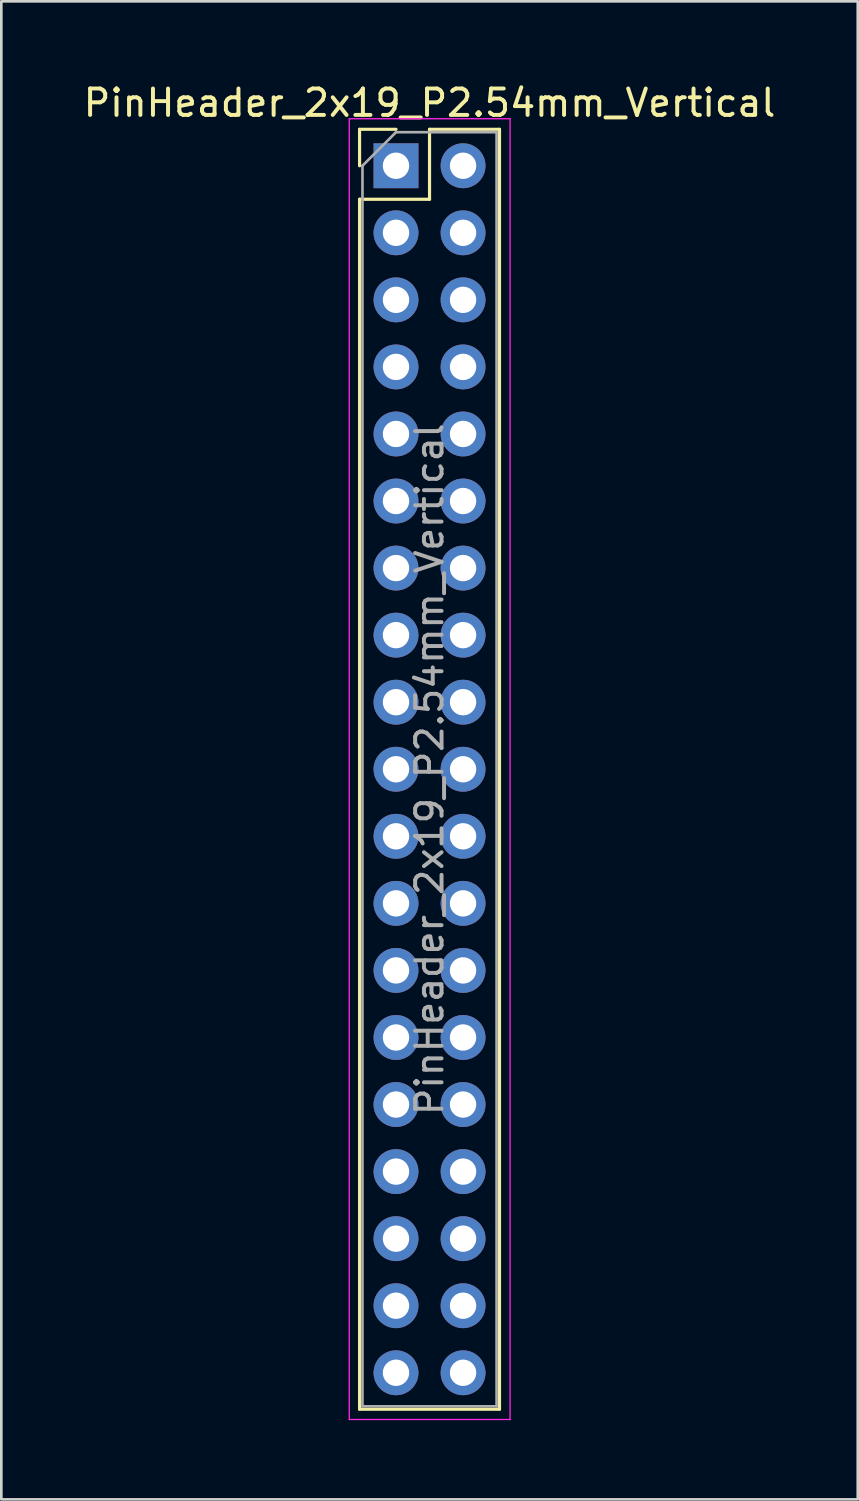
<source format=kicad_pcb>
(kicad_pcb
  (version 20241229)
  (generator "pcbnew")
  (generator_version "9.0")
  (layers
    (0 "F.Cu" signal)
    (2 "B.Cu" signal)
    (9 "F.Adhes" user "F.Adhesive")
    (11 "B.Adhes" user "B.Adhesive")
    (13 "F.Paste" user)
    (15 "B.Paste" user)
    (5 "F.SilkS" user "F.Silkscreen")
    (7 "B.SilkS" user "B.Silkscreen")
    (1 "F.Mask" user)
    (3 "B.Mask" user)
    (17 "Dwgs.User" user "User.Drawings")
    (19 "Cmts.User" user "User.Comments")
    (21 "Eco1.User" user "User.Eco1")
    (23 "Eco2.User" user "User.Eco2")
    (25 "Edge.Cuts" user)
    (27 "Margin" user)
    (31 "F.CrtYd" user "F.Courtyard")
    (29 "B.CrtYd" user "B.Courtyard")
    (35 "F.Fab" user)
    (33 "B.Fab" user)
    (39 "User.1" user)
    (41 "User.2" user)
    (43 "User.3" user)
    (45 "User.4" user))
  (footprint "PinHeader_2x19_P2.54mm_Vertical"
    (layer "F.Cu")
    (at 11.95 3.228)
    (property "Reference" "PinHeader_2x19_P2.54mm_Vertical" (at 1.27 -2.38 0) (layer "F.SilkS") (effects (font (size 1 1) (thickness 0.15))))
    (attr through_hole)
    (fp_line (start -1.38 -1.38) (end 0 -1.38) (stroke (width 0.12) (type solid)) (layer "F.SilkS"))
    (fp_line (start -1.38 0) (end -1.38 -1.38) (stroke (width 0.12) (type solid)) (layer "F.SilkS"))
    (fp_line (start -1.38 1.27) (end -1.38 47.1) (stroke (width 0.12) (type solid)) (layer "F.SilkS"))
    (fp_line (start -1.38 1.27) (end 1.27 1.27) (stroke (width 0.12) (type solid)) (layer "F.SilkS"))
    (fp_line (start -1.38 47.1) (end 3.92 47.1) (stroke (width 0.12) (type solid)) (layer "F.SilkS"))
    (fp_line (start 1.27 -1.38) (end 3.92 -1.38) (stroke (width 0.12) (type solid)) (layer "F.SilkS"))
    (fp_line (start 1.27 1.27) (end 1.27 -1.38) (stroke (width 0.12) (type solid)) (layer "F.SilkS"))
    (fp_line (start 3.92 -1.38) (end 3.92 47.1) (stroke (width 0.12) (type solid)) (layer "F.SilkS"))
    (fp_line (start -1.77 -1.78) (end -1.77 47.49) (stroke (width 0.05) (type solid)) (layer "F.CrtYd"))
    (fp_line (start -1.77 47.49) (end 4.32 47.49) (stroke (width 0.05) (type solid)) (layer "F.CrtYd"))
    (fp_line (start 4.32 -1.78) (end -1.77 -1.78) (stroke (width 0.05) (type solid)) (layer "F.CrtYd"))
    (fp_line (start 4.32 47.49) (end 4.32 -1.78) (stroke (width 0.05) (type solid)) (layer "F.CrtYd"))
    (fp_line (start -1.27 0) (end 0 -1.27) (stroke (width 0.1) (type solid)) (layer "F.Fab"))
    (fp_line (start -1.27 46.99) (end -1.27 0) (stroke (width 0.1) (type solid)) (layer "F.Fab"))
    (fp_line (start 0 -1.27) (end 3.81 -1.27) (stroke (width 0.1) (type solid)) (layer "F.Fab"))
    (fp_line (start 3.81 -1.27) (end 3.81 46.99) (stroke (width 0.1) (type solid)) (layer "F.Fab"))
    (fp_line (start 3.81 46.99) (end -1.27 46.99) (stroke (width 0.1) (type solid)) (layer "F.Fab"))
    (fp_text user "${REFERENCE}" (at 1.27 22.86 90) (layer "F.Fab") (effects (font (size 1 1) (thickness 0.15))))
    (pad "1" thru_hole rect (at 0 0) (size 1.7 1.7) (drill 1) (layers "*.Cu" "*.Mask"))
    (pad "2" thru_hole circle (at 2.54 0) (size 1.7 1.7) (drill 1) (layers "*.Cu" "*.Mask"))
    (pad "3" thru_hole circle (at 0 2.54) (size 1.7 1.7) (drill 1) (layers "*.Cu" "*.Mask"))
    (pad "4" thru_hole circle (at 2.54 2.54) (size 1.7 1.7) (drill 1) (layers "*.Cu" "*.Mask"))
    (pad "5" thru_hole circle (at 0 5.08) (size 1.7 1.7) (drill 1) (layers "*.Cu" "*.Mask"))
    (pad "6" thru_hole circle (at 2.54 5.08) (size 1.7 1.7) (drill 1) (layers "*.Cu" "*.Mask"))
    (pad "7" thru_hole circle (at 0 7.62) (size 1.7 1.7) (drill 1) (layers "*.Cu" "*.Mask"))
    (pad "8" thru_hole circle (at 2.54 7.62) (size 1.7 1.7) (drill 1) (layers "*.Cu" "*.Mask"))
    (pad "9" thru_hole circle (at 0 10.16) (size 1.7 1.7) (drill 1) (layers "*.Cu" "*.Mask"))
    (pad "10" thru_hole circle (at 2.54 10.16) (size 1.7 1.7) (drill 1) (layers "*.Cu" "*.Mask"))
    (pad "11" thru_hole circle (at 0 12.7) (size 1.7 1.7) (drill 1) (layers "*.Cu" "*.Mask"))
    (pad "12" thru_hole circle (at 2.54 12.7) (size 1.7 1.7) (drill 1) (layers "*.Cu" "*.Mask"))
    (pad "13" thru_hole circle (at 0 15.24) (size 1.7 1.7) (drill 1) (layers "*.Cu" "*.Mask"))
    (pad "14" thru_hole circle (at 2.54 15.24) (size 1.7 1.7) (drill 1) (layers "*.Cu" "*.Mask"))
    (pad "15" thru_hole circle (at 0 17.78) (size 1.7 1.7) (drill 1) (layers "*.Cu" "*.Mask"))
    (pad "16" thru_hole circle (at 2.54 17.78) (size 1.7 1.7) (drill 1) (layers "*.Cu" "*.Mask"))
    (pad "17" thru_hole circle (at 0 20.32) (size 1.7 1.7) (drill 1) (layers "*.Cu" "*.Mask"))
    (pad "18" thru_hole circle (at 2.54 20.32) (size 1.7 1.7) (drill 1) (layers "*.Cu" "*.Mask"))
    (pad "19" thru_hole circle (at 0 22.86) (size 1.7 1.7) (drill 1) (layers "*.Cu" "*.Mask"))
    (pad "20" thru_hole circle (at 2.54 22.86) (size 1.7 1.7) (drill 1) (layers "*.Cu" "*.Mask"))
    (pad "21" thru_hole circle (at 0 25.4) (size 1.7 1.7) (drill 1) (layers "*.Cu" "*.Mask"))
    (pad "22" thru_hole circle (at 2.54 25.4) (size 1.7 1.7) (drill 1) (layers "*.Cu" "*.Mask"))
    (pad "23" thru_hole circle (at 0 27.94) (size 1.7 1.7) (drill 1) (layers "*.Cu" "*.Mask"))
    (pad "24" thru_hole circle (at 2.54 27.94) (size 1.7 1.7) (drill 1) (layers "*.Cu" "*.Mask"))
    (pad "25" thru_hole circle (at 0 30.48) (size 1.7 1.7) (drill 1) (layers "*.Cu" "*.Mask"))
    (pad "26" thru_hole circle (at 2.54 30.48) (size 1.7 1.7) (drill 1) (layers "*.Cu" "*.Mask"))
    (pad "27" thru_hole circle (at 0 33.02) (size 1.7 1.7) (drill 1) (layers "*.Cu" "*.Mask"))
    (pad "28" thru_hole circle (at 2.54 33.02) (size 1.7 1.7) (drill 1) (layers "*.Cu" "*.Mask"))
    (pad "29" thru_hole circle (at 0 35.56) (size 1.7 1.7) (drill 1) (layers "*.Cu" "*.Mask"))
    (pad "30" thru_hole circle (at 2.54 35.56) (size 1.7 1.7) (drill 1) (layers "*.Cu" "*.Mask"))
    (pad "31" thru_hole circle (at 0 38.1) (size 1.7 1.7) (drill 1) (layers "*.Cu" "*.Mask"))
    (pad "32" thru_hole circle (at 2.54 38.1) (size 1.7 1.7) (drill 1) (layers "*.Cu" "*.Mask"))
    (pad "33" thru_hole circle (at 0 40.64) (size 1.7 1.7) (drill 1) (layers "*.Cu" "*.Mask"))
    (pad "34" thru_hole circle (at 2.54 40.64) (size 1.7 1.7) (drill 1) (layers "*.Cu" "*.Mask"))
    (pad "35" thru_hole circle (at 0 43.18) (size 1.7 1.7) (drill 1) (layers "*.Cu" "*.Mask"))
    (pad "36" thru_hole circle (at 2.54 43.18) (size 1.7 1.7) (drill 1) (layers "*.Cu" "*.Mask"))
    (pad "37" thru_hole circle (at 0 45.72) (size 1.7 1.7) (drill 1) (layers "*.Cu" "*.Mask"))
    (pad "38" thru_hole circle (at 2.54 45.72) (size 1.7 1.7) (drill 1) (layers "*.Cu" "*.Mask")))
  (gr_rect
    (start -3 -3)
    (end 29.44 53.743)
    (stroke (width 0.1) (type default))
    (fill no)
    (layer "Edge.Cuts")))
</source>
